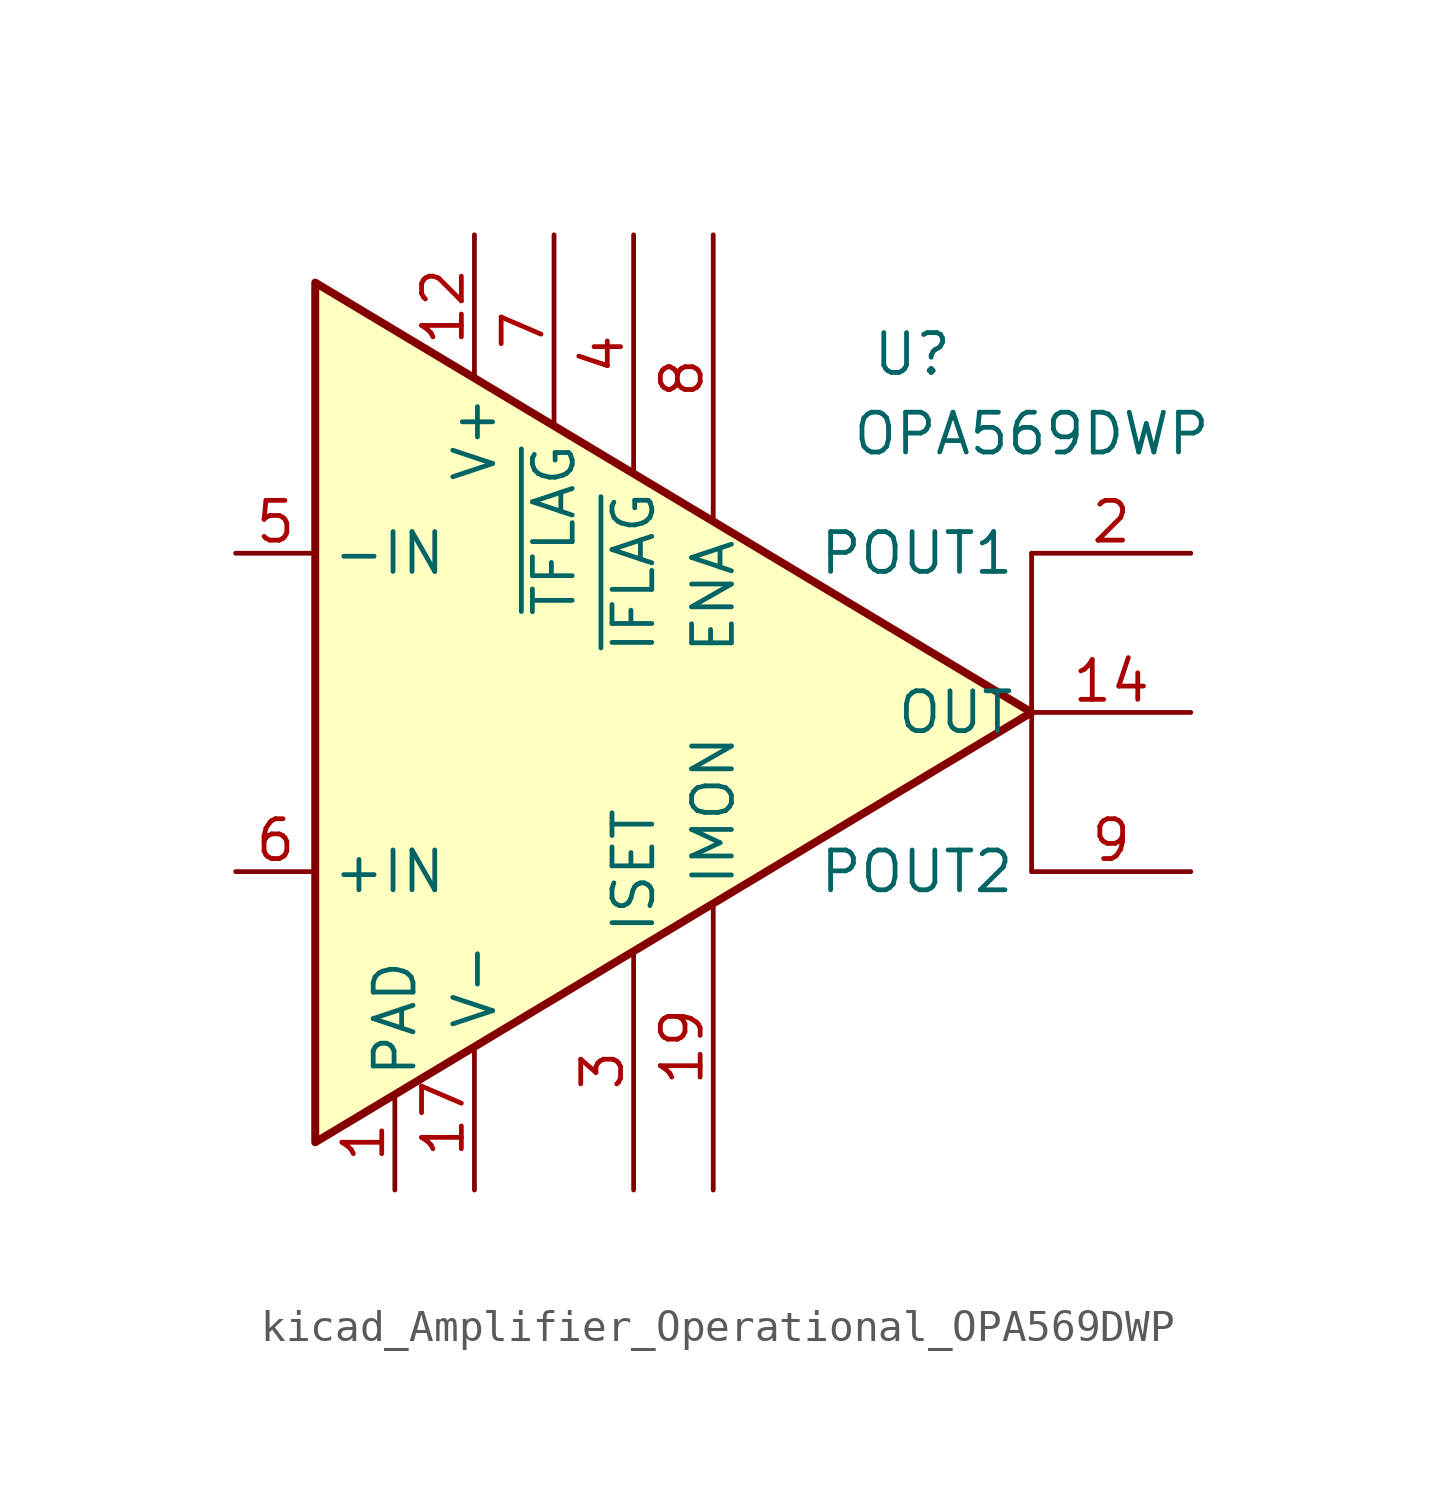
<source format=kicad_sym>
(kicad_symbol_lib
  (version 20220914)
  (generator kicad_symbol_editor)
  (symbol "kicad_Amplifier_Operational_OPA569DWP"
    (property "Reference" "U"
      (at 6.35 11.43 0)
      (effects (font (size 1.27 1.27))))
    (property "Value" "OPA569DWP"
      (at 10.16 8.89 0)
      (effects (font (size 1.27 1.27))))
    (symbol "kicad_Amplifier_Operational_OPA569DWP_0_0"
      (pin no_connect line (at -12.7 0 0) (length 2.54) hide (name "NC" (effects (font (size 1.27 1.27)))) (number "16" (effects (font (size 1.27 1.27)))))
      (pin passive line (at -10.16 -15.24 90) (length 3.048) hide (name "PAD" (effects (font (size 1.27 1.27)))) (number "21" (effects (font (size 1.27 1.27))))))
    (symbol "kicad_Amplifier_Operational_OPA569DWP_0_1"
      (polyline (pts (xy 10.16 5.08) (xy 10.16 -5.08)) (stroke (width 0.152) (type default)) (fill (type none)))
      (polyline (pts (xy 10.16 0) (xy -12.7 -13.716) (xy -12.7 13.716) (xy 10.16 0)) (stroke (width 0.254) (type default)) (fill (type background))))
    (symbol "kicad_Amplifier_Operational_OPA569DWP_1_1"
      (pin power_in line (at -10.16 -15.24 90) (length 3.048) (name "PAD" (effects (font (size 1.27 1.27)))) (number "1" (effects (font (size 1.27 1.27)))))
      (pin passive line (at -10.16 -15.24 90) (length 3.048) hide (name "PAD" (effects (font (size 1.27 1.27)))) (number "10" (effects (font (size 1.27 1.27)))))
      (pin passive line (at -10.16 -15.24 90) (length 3.048) hide (name "PAD" (effects (font (size 1.27 1.27)))) (number "11" (effects (font (size 1.27 1.27)))))
      (pin power_in line (at -7.62 15.24 270) (length 4.572) (name "V+" (effects (font (size 1.27 1.27)))) (number "12" (effects (font (size 1.27 1.27)))))
      (pin passive line (at -7.62 15.24 270) (length 4.572) hide (name "V+" (effects (font (size 1.27 1.27)))) (number "13" (effects (font (size 1.27 1.27)))))
      (pin output line (at 15.24 0 180) (length 5.08) (name "OUT" (effects (font (size 1.27 1.27)))) (number "14" (effects (font (size 1.27 1.27)))))
      (pin passive line (at 15.24 0 180) (length 5.08) hide (name "OUT" (effects (font (size 1.27 1.27)))) (number "15" (effects (font (size 1.27 1.27)))))
      (pin power_in line (at -7.62 -15.24 90) (length 4.572) (name "V-" (effects (font (size 1.27 1.27)))) (number "17" (effects (font (size 1.27 1.27)))))
      (pin passive line (at -7.62 -15.24 90) (length 4.572) hide (name "V-" (effects (font (size 1.27 1.27)))) (number "18" (effects (font (size 1.27 1.27)))))
      (pin output line (at 0 -15.24 90) (length 9.144) (name "IMON" (effects (font (size 1.27 1.27)))) (number "19" (effects (font (size 1.27 1.27)))))
      (pin output line (at 15.24 5.08 180) (length 5.08) (name "POUT1" (effects (font (size 1.27 1.27)))) (number "2" (effects (font (size 1.27 1.27)))))
      (pin passive line (at -10.16 -15.24 90) (length 3.048) hide (name "PAD" (effects (font (size 1.27 1.27)))) (number "20" (effects (font (size 1.27 1.27)))))
      (pin output line (at -2.54 -15.24 90) (length 7.62) (name "ISET" (effects (font (size 1.27 1.27)))) (number "3" (effects (font (size 1.27 1.27)))))
      (pin output line (at -2.54 15.24 270) (length 7.62) (name "~{IFLAG}" (effects (font (size 1.27 1.27)))) (number "4" (effects (font (size 1.27 1.27)))))
      (pin input line (at -15.24 5.08 0) (length 2.54) (name "-IN" (effects (font (size 1.27 1.27)))) (number "5" (effects (font (size 1.27 1.27)))))
      (pin input line (at -15.24 -5.08 0) (length 2.54) (name "+IN" (effects (font (size 1.27 1.27)))) (number "6" (effects (font (size 1.27 1.27)))))
      (pin output line (at -5.08 15.24 270) (length 6.096) (name "~{TFLAG}" (effects (font (size 1.27 1.27)))) (number "7" (effects (font (size 1.27 1.27)))))
      (pin input line (at 0 15.24 270) (length 9.144) (name "ENA" (effects (font (size 1.27 1.27)))) (number "8" (effects (font (size 1.27 1.27)))))
      (pin output line (at 15.24 -5.08 180) (length 5.08) (name "POUT2" (effects (font (size 1.27 1.27)))) (number "9" (effects (font (size 1.27 1.27))))))))
</source>
